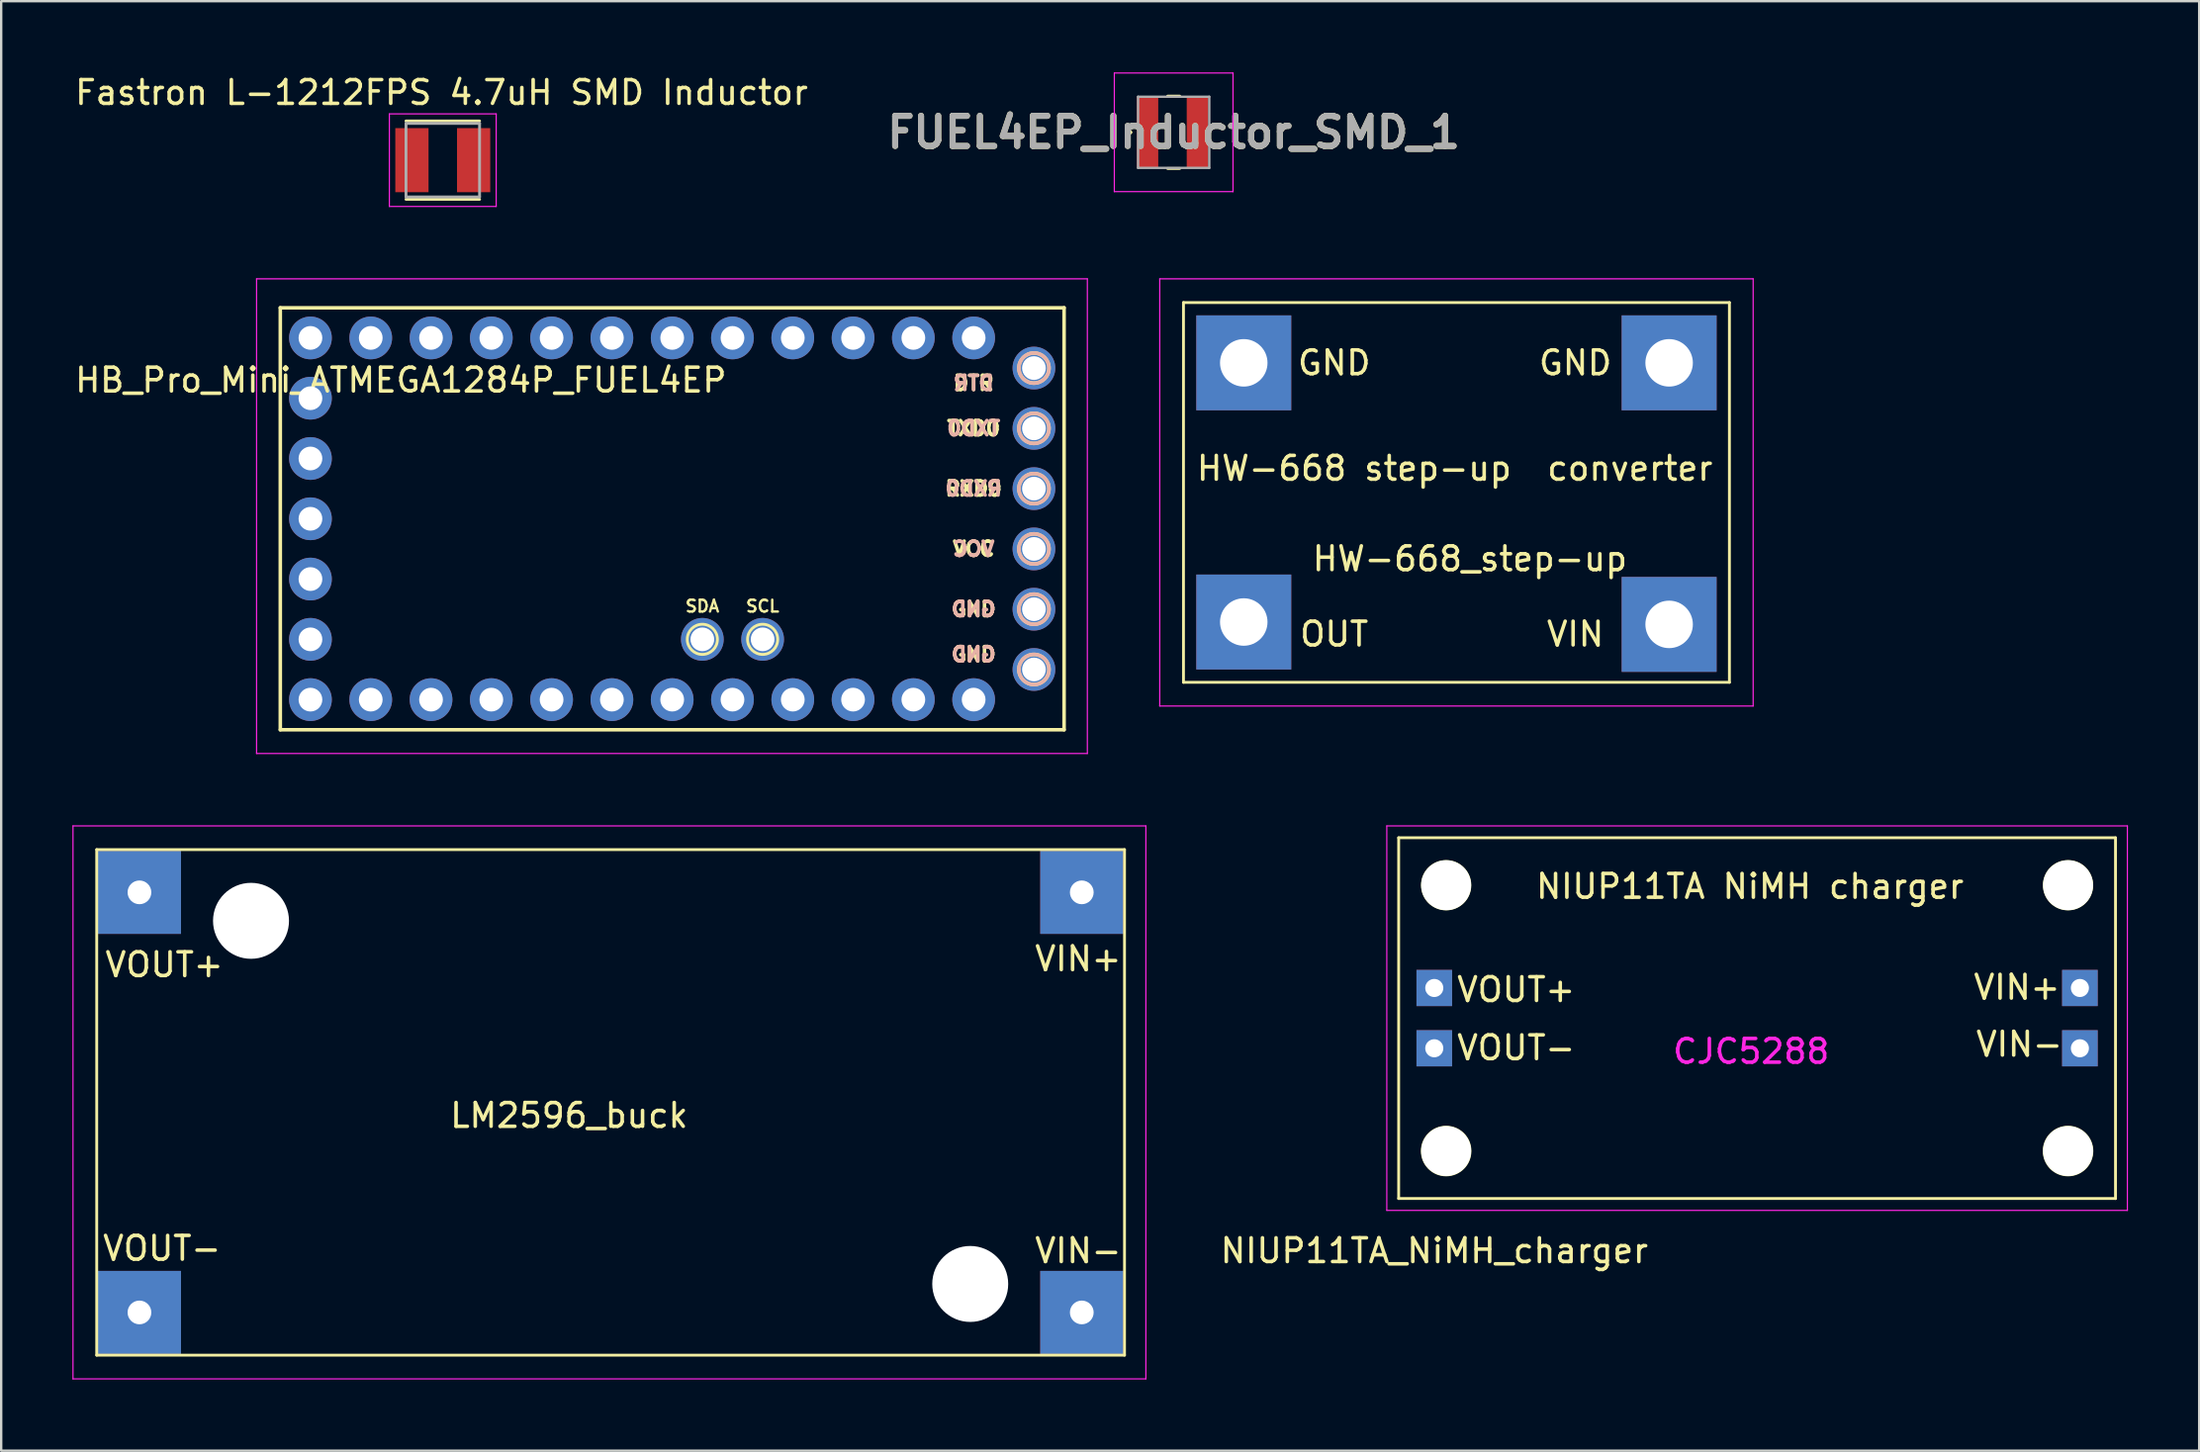
<source format=kicad_pcb>
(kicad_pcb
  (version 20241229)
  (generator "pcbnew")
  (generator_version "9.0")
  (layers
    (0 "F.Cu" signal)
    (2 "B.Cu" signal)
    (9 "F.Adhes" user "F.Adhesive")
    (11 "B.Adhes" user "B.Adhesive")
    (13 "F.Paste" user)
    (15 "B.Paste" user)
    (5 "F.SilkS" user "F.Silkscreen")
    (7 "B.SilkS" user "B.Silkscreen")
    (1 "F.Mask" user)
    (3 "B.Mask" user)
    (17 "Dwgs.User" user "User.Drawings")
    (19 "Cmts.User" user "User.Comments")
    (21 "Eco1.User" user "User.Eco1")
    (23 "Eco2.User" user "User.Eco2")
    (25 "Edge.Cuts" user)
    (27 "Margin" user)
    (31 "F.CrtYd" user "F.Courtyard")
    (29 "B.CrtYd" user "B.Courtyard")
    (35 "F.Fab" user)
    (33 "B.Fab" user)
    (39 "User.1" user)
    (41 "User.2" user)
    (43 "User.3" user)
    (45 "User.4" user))
  (footprint "Fastron L-1212FPS 4.7uH SMD Inductor"
    (layer "F.Cu")
    (at 14.054 2.148)
    (property "Reference" "Fastron L-1212FPS 4.7uH SMD Inductor" (at 1.5 -1.3 0) (layer "F.SilkS") (effects (font (size 1 1) (thickness 0.15))))
    (attr through_hole)
    (fp_line (start 0 -0.1) (end 3.1 -0.1) (stroke (width 0.12) (type solid)) (layer "F.SilkS"))
    (fp_line (start 0 3.2) (end 3.1 3.2) (stroke (width 0.12) (type solid)) (layer "F.SilkS"))
    (fp_line (start -0.7 -0.4) (end 3.8 -0.4) (stroke (width 0.05) (type solid)) (layer "F.CrtYd"))
    (fp_line (start -0.7 3.5) (end -0.7 -0.4) (stroke (width 0.05) (type solid)) (layer "F.CrtYd"))
    (fp_line (start 3.8 -0.4) (end 3.8 3.5) (stroke (width 0.05) (type solid)) (layer "F.CrtYd"))
    (fp_line (start 3.8 3.5) (end -0.7 3.5) (stroke (width 0.05) (type solid)) (layer "F.CrtYd"))
    (fp_line (start 0 0) (end 3.1 0) (stroke (width 0.12) (type solid)) (layer "F.Fab"))
    (fp_line (start 0 3.1) (end 0 0) (stroke (width 0.12) (type solid)) (layer "F.Fab"))
    (fp_line (start 3.1 0) (end 3.1 3.1) (stroke (width 0.12) (type solid)) (layer "F.Fab"))
    (fp_line (start 3.1 3.1) (end 0 3.1) (stroke (width 0.12) (type solid)) (layer "F.Fab"))
    (pad "1" smd rect (at 0.25 1.55) (size 1.4 2.7) (layers "F.Cu" "F.Mask" "F.Paste"))
    (pad "2" smd rect (at 2.85 1.55) (size 1.4 2.7) (layers "F.Cu" "F.Mask" "F.Paste")))
  (footprint "FUEL4EP_Inductor_SMD_1"
    (layer "F.Cu")
    (at 46.396 2.525)
    (property "Reference" "FUEL4EP_Inductor_SMD_1" (at 0 0 0) (layer "F.SilkS") (effects (font (size 1.27 1.27) (thickness 0.254))))
    (attr smd)
    (fp_line (start -1.9 0) (end -1.9 0) (stroke (width 0.1) (type solid)) (layer "F.SilkS"))
    (fp_line (start -1.8 0) (end -1.8 0) (stroke (width 0.1) (type solid)) (layer "F.SilkS"))
    (fp_line (start -0.254 -1.524) (end 0.254 -1.524) (stroke (width 0.12) (type default)) (layer "F.SilkS"))
    (fp_line (start -0.254 1.524) (end 0.254 1.524) (stroke (width 0.12) (type default)) (layer "F.SilkS"))
    (fp_arc (start -1.9 0) (mid -1.85 -0.05) (end -1.8 0) (stroke (width 0.1) (type solid)) (layer "F.SilkS"))
    (fp_arc (start -1.8 0) (mid -1.85 0.05) (end -1.9 0) (stroke (width 0.1) (type solid)) (layer "F.SilkS"))
    (fp_line (start -2.5 -2.5) (end 2.5 -2.5) (stroke (width 0.05) (type solid)) (layer "F.CrtYd"))
    (fp_line (start -2.5 2.5) (end -2.5 -2.5) (stroke (width 0.05) (type solid)) (layer "F.CrtYd"))
    (fp_line (start 2.5 -2.5) (end 2.5 2.5) (stroke (width 0.05) (type solid)) (layer "F.CrtYd"))
    (fp_line (start 2.5 2.5) (end -2.5 2.5) (stroke (width 0.05) (type solid)) (layer "F.CrtYd"))
    (fp_line (start -1.5 -1.5) (end 1.5 -1.5) (stroke (width 0.1) (type solid)) (layer "F.Fab"))
    (fp_line (start -1.5 1.5) (end -1.5 -1.5) (stroke (width 0.1) (type solid)) (layer "F.Fab"))
    (fp_line (start 1.5 -1.5) (end 1.5 1.5) (stroke (width 0.1) (type solid)) (layer "F.Fab"))
    (fp_line (start 1.5 1.5) (end -1.5 1.5) (stroke (width 0.1) (type solid)) (layer "F.Fab"))
    (fp_text user "${REFERENCE}" (at 0 0 0) (layer "F.Fab") (effects (font (size 1.27 1.27) (thickness 0.254))))
    (pad "1" smd rect (at -1.1 0) (size 0.9 3) (layers "F.Cu" "F.Mask" "F.Paste"))
    (pad "2" smd rect (at 1 0) (size 0.9 3) (layers "F.Cu" "F.Mask" "F.Paste")))
  (footprint "HB_Pro_Mini_ATMEGA1284P_FUEL4EP"
    (layer "F.Cu")
    (at 8.759 27.698)
    (property "Reference" "HB_Pro_Mini_ATMEGA1284P_FUEL4EP" (at 5.08 -14.732 0) (layer "F.SilkS") (effects (font (size 1 1) (thickness 0.15))))
    (attr through_hole)
    (fp_line (start 0 -17.78) (end 0 0) (stroke (width 0.15) (type solid)) (layer "F.SilkS"))
    (fp_line (start 0 0) (end 33.02 0) (stroke (width 0.15) (type solid)) (layer "F.SilkS"))
    (fp_line (start 33.02 -17.78) (end 0 -17.78) (stroke (width 0.15) (type solid)) (layer "F.SilkS"))
    (fp_line (start 33.02 0) (end 33.02 -17.78) (stroke (width 0.15) (type solid)) (layer "F.SilkS"))
    (fp_circle (center 17.78 -3.81) (end 18.288 -4.191) (stroke (width 0.12) (type solid)) (fill no) (layer "F.SilkS"))
    (fp_circle (center 20.32 -3.81) (end 20.828 -4.191) (stroke (width 0.12) (type solid)) (fill no) (layer "F.SilkS"))
    (fp_circle (center 31.75 -15.24) (end 31.75 -14.605) (stroke (width 0.15) (type solid)) (fill no) (layer "F.SilkS"))
    (fp_circle (center 31.75 -12.7) (end 31.75 -12.065) (stroke (width 0.15) (type solid)) (fill no) (layer "F.SilkS"))
    (fp_circle (center 31.75 -10.16) (end 31.75 -9.525) (stroke (width 0.15) (type solid)) (fill no) (layer "F.SilkS"))
    (fp_circle (center 31.75 -7.62) (end 31.75 -6.985) (stroke (width 0.15) (type solid)) (fill no) (layer "F.SilkS"))
    (fp_circle (center 31.75 -5.08) (end 31.75 -4.445) (stroke (width 0.15) (type solid)) (fill no) (layer "F.SilkS"))
    (fp_circle (center 31.75 -2.54) (end 31.75 -1.905) (stroke (width 0.15) (type solid)) (fill no) (layer "F.SilkS"))
    (fp_circle (center 31.75 -15.24) (end 31.75 -14.605) (stroke (width 0.15) (type solid)) (fill no) (layer "B.SilkS"))
    (fp_circle (center 31.75 -12.7) (end 31.75 -12.065) (stroke (width 0.15) (type solid)) (fill no) (layer "B.SilkS"))
    (fp_circle (center 31.75 -10.16) (end 31.75 -9.525) (stroke (width 0.15) (type solid)) (fill no) (layer "B.SilkS"))
    (fp_circle (center 31.75 -7.62) (end 31.75 -6.985) (stroke (width 0.15) (type solid)) (fill no) (layer "B.SilkS"))
    (fp_circle (center 31.75 -5.08) (end 31.75 -4.445) (stroke (width 0.15) (type solid)) (fill no) (layer "B.SilkS"))
    (fp_circle (center 31.75 -2.54) (end 31.75 -1.905) (stroke (width 0.15) (type solid)) (fill no) (layer "B.SilkS"))
    (fp_line (start -1 -19) (end 34 -19) (stroke (width 0.05) (type solid)) (layer "F.CrtYd"))
    (fp_line (start -1 1) (end -1 -19) (stroke (width 0.05) (type solid)) (layer "F.CrtYd"))
    (fp_line (start 34 -19) (end 34 1) (stroke (width 0.05) (type solid)) (layer "F.CrtYd"))
    (fp_line (start 34 1) (end -1 1) (stroke (width 0.05) (type solid)) (layer "F.CrtYd"))
    (fp_text user "DTR" (at 29.21 -14.605 0) (layer "F.SilkS") (effects (font (size 0.6 0.6) (thickness 0.15))))
    (fp_text user "TXD0" (at 29.21 -12.7 0) (layer "F.SilkS") (effects (font (size 0.6 0.6) (thickness 0.15))))
    (fp_text user "RXD0" (at 29.21 -10.16 0) (layer "F.SilkS") (effects (font (size 0.6 0.6) (thickness 0.15))))
    (fp_text user "GND" (at 29.21 -5.08 0) (layer "F.SilkS") (effects (font (size 0.6 0.6) (thickness 0.15))))
    (fp_text user "SCL" (at 20.32 -5.207 0) (layer "F.SilkS") (effects (font (size 0.5 0.5) (thickness 0.1))))
    (fp_text user "GND" (at 29.21 -3.175 0) (layer "F.SilkS") (effects (font (size 0.6 0.6) (thickness 0.15))))
    (fp_text user "VCC" (at 29.21 -7.62 0) (layer "F.SilkS") (effects (font (size 0.6 0.6) (thickness 0.15))))
    (fp_text user "SDA" (at 17.78 -5.207 0) (layer "F.SilkS") (effects (font (size 0.5 0.5) (thickness 0.1))))
    (fp_text user "VCC" (at 29.21 -7.62 0) (layer "B.SilkS") (effects (font (size 0.6 0.6) (thickness 0.15)) (justify mirror)))
    (fp_text user "DTR" (at 29.21 -14.605 0) (layer "B.SilkS") (effects (font (size 0.6 0.6) (thickness 0.15)) (justify mirror)))
    (fp_text user "RXD0" (at 29.21 -10.16 0) (layer "B.SilkS") (effects (font (size 0.6 0.6) (thickness 0.15)) (justify mirror)))
    (fp_text user "GND" (at 29.21 -5.08 0) (layer "B.SilkS") (effects (font (size 0.6 0.6) (thickness 0.15)) (justify mirror)))
    (fp_text user "GND" (at 29.21 -3.175 0) (layer "B.SilkS") (effects (font (size 0.6 0.6) (thickness 0.15)) (justify mirror)))
    (fp_text user "TXD0" (at 29.21 -12.7 0) (layer "B.SilkS") (effects (font (size 0.6 0.6) (thickness 0.15)) (justify mirror)))
    (pad "1A" thru_hole circle (at 29.21 -1.27) (size 1.8 1.8) (drill 1) (layers "*.Cu" "*.Mask"))
    (pad "1B" thru_hole circle (at 1.27 -13.97) (size 1.8 1.8) (drill 1) (layers "*.Cu" "*.Mask"))
    (pad "1C" thru_hole circle (at 29.21 -16.51) (size 1.8 1.8) (drill 1) (layers "*.Cu" "*.Mask"))
    (pad "1D" thru_hole circle (at 31.75 -15.24) (size 1.8 1.8) (drill 1) (layers "*.Cu" "*.Mask"))
    (pad "1E" thru_hole circle (at 20.32 -3.81) (size 1.8 1.8) (drill 1) (layers "*.Cu" "*.Mask"))
    (pad "2A" thru_hole circle (at 26.67 -1.27) (size 1.8 1.8) (drill 1) (layers "*.Cu" "*.Mask"))
    (pad "2B" thru_hole circle (at 1.27 -11.43) (size 1.8 1.8) (drill 1) (layers "*.Cu" "*.Mask"))
    (pad "2C" thru_hole circle (at 26.67 -16.51) (size 1.8 1.8) (drill 1) (layers "*.Cu" "*.Mask"))
    (pad "2D" thru_hole circle (at 31.75 -12.7) (size 1.8 1.8) (drill 1) (layers "*.Cu" "*.Mask"))
    (pad "2E" thru_hole circle (at 17.78 -3.81) (size 1.8 1.8) (drill 1) (layers "*.Cu" "*.Mask"))
    (pad "3A" thru_hole circle (at 24.13 -1.27) (size 1.8 1.8) (drill 1) (layers "*.Cu" "*.Mask"))
    (pad "3B" thru_hole circle (at 1.27 -8.89) (size 1.8 1.8) (drill 1) (layers "*.Cu" "*.Mask"))
    (pad "3C" thru_hole circle (at 24.13 -16.51) (size 1.8 1.8) (drill 1) (layers "*.Cu" "*.Mask"))
    (pad "3D" thru_hole circle (at 31.75 -10.16) (size 1.8 1.8) (drill 1) (layers "*.Cu" "*.Mask"))
    (pad "4A" thru_hole circle (at 21.59 -1.27) (size 1.8 1.8) (drill 1) (layers "*.Cu" "*.Mask"))
    (pad "4B" thru_hole circle (at 1.27 -6.35) (size 1.8 1.8) (drill 1) (layers "*.Cu" "*.Mask"))
    (pad "4C" thru_hole circle (at 21.59 -16.51) (size 1.8 1.8) (drill 1) (layers "*.Cu" "*.Mask"))
    (pad "4D" thru_hole circle (at 31.75 -7.62) (size 1.8 1.8) (drill 1) (layers "*.Cu" "*.Mask"))
    (pad "5A" thru_hole circle (at 19.05 -1.27) (size 1.8 1.8) (drill 1) (layers "*.Cu" "*.Mask"))
    (pad "5B" thru_hole circle (at 1.27 -3.81) (size 1.8 1.8) (drill 1) (layers "*.Cu" "*.Mask"))
    (pad "5C" thru_hole circle (at 19.05 -16.51) (size 1.8 1.8) (drill 1) (layers "*.Cu" "*.Mask"))
    (pad "5D" thru_hole circle (at 31.75 -5.08) (size 1.8 1.8) (drill 1) (layers "*.Cu" "*.Mask"))
    (pad "6A" thru_hole circle (at 16.51 -1.27) (size 1.8 1.8) (drill 1) (layers "*.Cu" "*.Mask"))
    (pad "6C" thru_hole circle (at 16.51 -16.51) (size 1.8 1.8) (drill 1) (layers "*.Cu" "*.Mask"))
    (pad "6D" thru_hole circle (at 31.75 -2.54) (size 1.8 1.8) (drill 1) (layers "*.Cu" "*.Mask"))
    (pad "7A" thru_hole circle (at 13.97 -1.27) (size 1.8 1.8) (drill 1) (layers "*.Cu" "*.Mask"))
    (pad "7C" thru_hole circle (at 13.97 -16.51) (size 1.8 1.8) (drill 1) (layers "*.Cu" "*.Mask"))
    (pad "8A" thru_hole circle (at 11.43 -1.27) (size 1.8 1.8) (drill 1) (layers "*.Cu" "*.Mask"))
    (pad "8C" thru_hole circle (at 11.43 -16.51) (size 1.8 1.8) (drill 1) (layers "*.Cu" "*.Mask"))
    (pad "9A" thru_hole circle (at 8.89 -1.27) (size 1.8 1.8) (drill 1) (layers "*.Cu" "*.Mask"))
    (pad "9C" thru_hole circle (at 8.89 -16.51) (size 1.8 1.8) (drill 1) (layers "*.Cu" "*.Mask"))
    (pad "10A" thru_hole circle (at 6.35 -1.27) (size 1.8 1.8) (drill 1) (layers "*.Cu" "*.Mask"))
    (pad "10C" thru_hole circle (at 6.35 -16.51) (size 1.8 1.8) (drill 1) (layers "*.Cu" "*.Mask"))
    (pad "11A" thru_hole circle (at 3.81 -1.27) (size 1.8 1.8) (drill 1) (layers "*.Cu" "*.Mask"))
    (pad "11C" thru_hole circle (at 3.81 -16.51) (size 1.8 1.8) (drill 1) (layers "*.Cu" "*.Mask"))
    (pad "12A" thru_hole circle (at 1.27 -1.27) (size 1.8 1.8) (drill 1) (layers "*.Cu" "*.Mask"))
    (pad "12C" thru_hole circle (at 1.27 -16.51) (size 1.8 1.8) (drill 1) (layers "*.Cu" "*.Mask")))
  (footprint "HW-668_step-up"
    (layer "F.Cu")
    (at 46.809 9.698)
    (property "Reference" "HW-668_step-up" (at 12.065 10.795 0) (layer "F.SilkS") (effects (font (size 1 1) (thickness 0.15))))
    (attr through_hole)
    (fp_line (start 0 0) (end 0 16) (stroke (width 0.12) (type solid)) (layer "F.SilkS"))
    (fp_line (start 0 0) (end 23 0) (stroke (width 0.12) (type solid)) (layer "F.SilkS"))
    (fp_line (start 0 16) (end 23 16) (stroke (width 0.12) (type solid)) (layer "F.SilkS"))
    (fp_line (start 23 0) (end 23 16) (stroke (width 0.12) (type solid)) (layer "F.SilkS"))
    (fp_line (start -1 -1) (end 24 -1) (stroke (width 0.05) (type solid)) (layer "F.CrtYd"))
    (fp_line (start -1 17) (end -1 -1) (stroke (width 0.05) (type solid)) (layer "F.CrtYd"))
    (fp_line (start -1 17) (end 24 17) (stroke (width 0.05) (type solid)) (layer "F.CrtYd"))
    (fp_line (start 24 -1) (end 24 17) (stroke (width 0.05) (type solid)) (layer "F.CrtYd"))
    (fp_text user "VIN" (at 16.51 13.97 0) (layer "F.SilkS") (effects (font (size 1 1) (thickness 0.15))))
    (fp_text user "HW-668 step-up  converter" (at 11.43 6.985 0) (layer "F.SilkS") (effects (font (size 1 1) (thickness 0.15))))
    (fp_text user "GND" (at 16.51 2.54 0) (layer "F.SilkS") (effects (font (size 1 1) (thickness 0.15))))
    (fp_text user "GND" (at 6.35 2.54 0) (layer "F.SilkS") (effects (font (size 1 1) (thickness 0.15))))
    (fp_text user "OUT" (at 6.35 13.97 0) (layer "F.SilkS") (effects (font (size 1 1) (thickness 0.15))))
    (pad "1A" thru_hole rect (at 20.46 2.54) (size 4 4) (drill 2) (layers "*.Cu" "*.Mask"))
    (pad "1C" thru_hole rect (at 2.54 2.54) (size 4 4) (drill 2) (layers "*.Cu" "*.Mask"))
    (pad "2A" thru_hole rect (at 20.46 13.56) (size 4 4) (drill 2) (layers "*.Cu" "*.Mask"))
    (pad "2C" thru_hole rect (at 2.54 13.46) (size 4 4) (drill 2) (layers "*.Cu" "*.Mask")))
  (footprint "NIUP11TA_NiMH_charger"
    (layer "F.Cu")
    (at 55.875 32.248)
    (property "Reference" "NIUP11TA_NiMH_charger" (at 1.5 17.4 0) (layer "F.SilkS") (effects (font (size 1 1) (thickness 0.15))))
    (attr through_hole)
    (fp_line (start 0 0) (end 30.2 0) (stroke (width 0.12) (type solid)) (layer "F.SilkS"))
    (fp_line (start 0 15.2) (end 0 0) (stroke (width 0.12) (type solid)) (layer "F.SilkS"))
    (fp_line (start 30.2 0) (end 30.2 15.2) (stroke (width 0.12) (type solid)) (layer "F.SilkS"))
    (fp_line (start 30.2 15.2) (end 0 15.2) (stroke (width 0.12) (type solid)) (layer "F.SilkS"))
    (fp_circle (center 2 2) (end 3 2) (stroke (width 0.12) (type solid)) (fill no) (layer "F.SilkS"))
    (fp_circle (center 2 13.2) (end 3 13.1) (stroke (width 0.12) (type solid)) (fill no) (layer "F.SilkS"))
    (fp_circle (center 28.2 2) (end 29.2 2) (stroke (width 0.12) (type solid)) (fill no) (layer "F.SilkS"))
    (fp_circle (center 28.2 13.2) (end 29.2 13.1) (stroke (width 0.12) (type solid)) (fill no) (layer "F.SilkS"))
    (fp_line (start -0.5 -0.5) (end 30.7 -0.5) (stroke (width 0.05) (type solid)) (layer "F.CrtYd"))
    (fp_line (start -0.5 15.7) (end -0.5 -0.5) (stroke (width 0.05) (type solid)) (layer "F.CrtYd"))
    (fp_line (start 30.7 -0.5) (end 30.7 15.7) (stroke (width 0.05) (type solid)) (layer "F.CrtYd"))
    (fp_line (start 30.7 15.7) (end -0.5 15.7) (stroke (width 0.05) (type solid)) (layer "F.CrtYd"))
    (fp_text user "VIN-" (at 26.15 8.7 0) (layer "F.SilkS") (effects (font (size 1 1) (thickness 0.15))))
    (fp_text user "VOUT+" (at 4.95 6.4 0) (layer "F.SilkS") (effects (font (size 1 1) (thickness 0.15))))
    (fp_text user "NIUP11TA NiMH charger" (at 14.8 2.05 0) (layer "F.SilkS") (effects (font (size 1 1) (thickness 0.15))))
    (fp_text user "VIN+" (at 26.05 6.3 0) (layer "F.SilkS") (effects (font (size 1 1) (thickness 0.15))))
    (fp_text user "VOUT-" (at 4.95 8.85 0) (layer "F.SilkS") (effects (font (size 1 1) (thickness 0.15))))
    (fp_text user "CJC5288" (at 14.85 9 0) (layer "F.CrtYd") (effects (font (size 1 1) (thickness 0.15))))
    (pad "" np_thru_hole circle (at 2 2) (size 2.1 2.1) (drill 2.1) (layers "*.Cu" "*.Mask"))
    (pad "" np_thru_hole circle (at 2 13.2) (size 2.1 2.1) (drill 2.1) (layers "*.Cu" "*.Mask"))
    (pad "" np_thru_hole circle (at 28.2 2) (size 2.1 2.1) (drill 2.1) (layers "*.Cu" "*.Mask"))
    (pad "" np_thru_hole circle (at 28.2 13.2) (size 2.1 2.1) (drill 2.1) (layers "*.Cu" "*.Mask"))
    (pad "1A" thru_hole rect (at 28.7 6.33) (size 1.5 1.524) (drill 0.762) (layers "*.Cu" "*.Mask"))
    (pad "1C" thru_hole rect (at 1.5 6.33) (size 1.5 1.524) (drill 0.762) (layers "*.Cu" "*.Mask"))
    (pad "2A" thru_hole rect (at 28.7 8.87) (size 1.5 1.524) (drill 0.762) (layers "*.Cu" "*.Mask"))
    (pad "2C" thru_hole rect (at 1.5 8.87) (size 1.5 1.524) (drill 0.762) (layers "*.Cu" "*.Mask")))
  (footprint "LM2596_buck"
    (layer "F.Cu")
    (at 1.025 32.748)
    (property "Reference" "LM2596_buck" (at 19.9 11.2 0) (layer "F.SilkS") (effects (font (size 1 1) (thickness 0.15))))
    (attr through_hole)
    (fp_line (start 0 0) (end 0 21.3) (stroke (width 0.12) (type solid)) (layer "F.SilkS"))
    (fp_line (start 0 0) (end 43.3 0) (stroke (width 0.12) (type solid)) (layer "F.SilkS"))
    (fp_line (start 0 21.3) (end 43.3 21.3) (stroke (width 0.12) (type solid)) (layer "F.SilkS"))
    (fp_line (start 43.3 0) (end 43.3 21.3) (stroke (width 0.12) (type solid)) (layer "F.SilkS"))
    (fp_line (start -1 -1) (end 44.2 -1) (stroke (width 0.05) (type solid)) (layer "F.CrtYd"))
    (fp_line (start -1 22.3) (end -1 -1) (stroke (width 0.05) (type solid)) (layer "F.CrtYd"))
    (fp_line (start -1 22.3) (end 44.2 22.3) (stroke (width 0.05) (type solid)) (layer "F.CrtYd"))
    (fp_line (start 44.2 -1) (end 44.2 22.3) (stroke (width 0.05) (type solid)) (layer "F.CrtYd"))
    (fp_text user "VIN-" (at 41.35 16.9 0) (layer "F.SilkS") (effects (font (size 1 1) (thickness 0.15))))
    (fp_text user "VIN+" (at 41.35 4.6 0) (layer "F.SilkS") (effects (font (size 1 1) (thickness 0.15))))
    (fp_text user "VOUT-" (at 2.75 16.8 0) (layer "F.SilkS") (effects (font (size 1 1) (thickness 0.15))))
    (fp_text user "VOUT+" (at 2.85 4.85 0) (layer "F.SilkS") (effects (font (size 1 1) (thickness 0.15))))
    (pad "" np_thru_hole circle (at 6.5 3) (size 3.2 3.2) (drill 3.2) (layers "*.Cu" "*.Mask"))
    (pad "" np_thru_hole circle (at 36.8 18.3) (size 3.2 3.2) (drill 3.2) (layers "*.Cu" "*.Mask"))
    (pad "1A" thru_hole rect (at 41.5 1.8) (size 3.5 3.5) (drill 1) (layers "*.Cu" "*.Mask"))
    (pad "1C" thru_hole rect (at 1.8 1.8) (size 3.5 3.5) (drill 1) (layers "*.Cu" "*.Mask"))
    (pad "2A" thru_hole rect (at 41.5 19.5) (size 3.5 3.5) (drill 1) (layers "*.Cu" "*.Mask"))
    (pad "2C" thru_hole rect (at 1.8 19.5) (size 3.5 3.5) (drill 1) (layers "*.Cu" "*.Mask")))
  (gr_rect
    (start -3 -3)
    (end 89.6 58.073)
    (stroke (width 0.1) (type default))
    (fill no)
    (layer "Edge.Cuts")))
</source>
